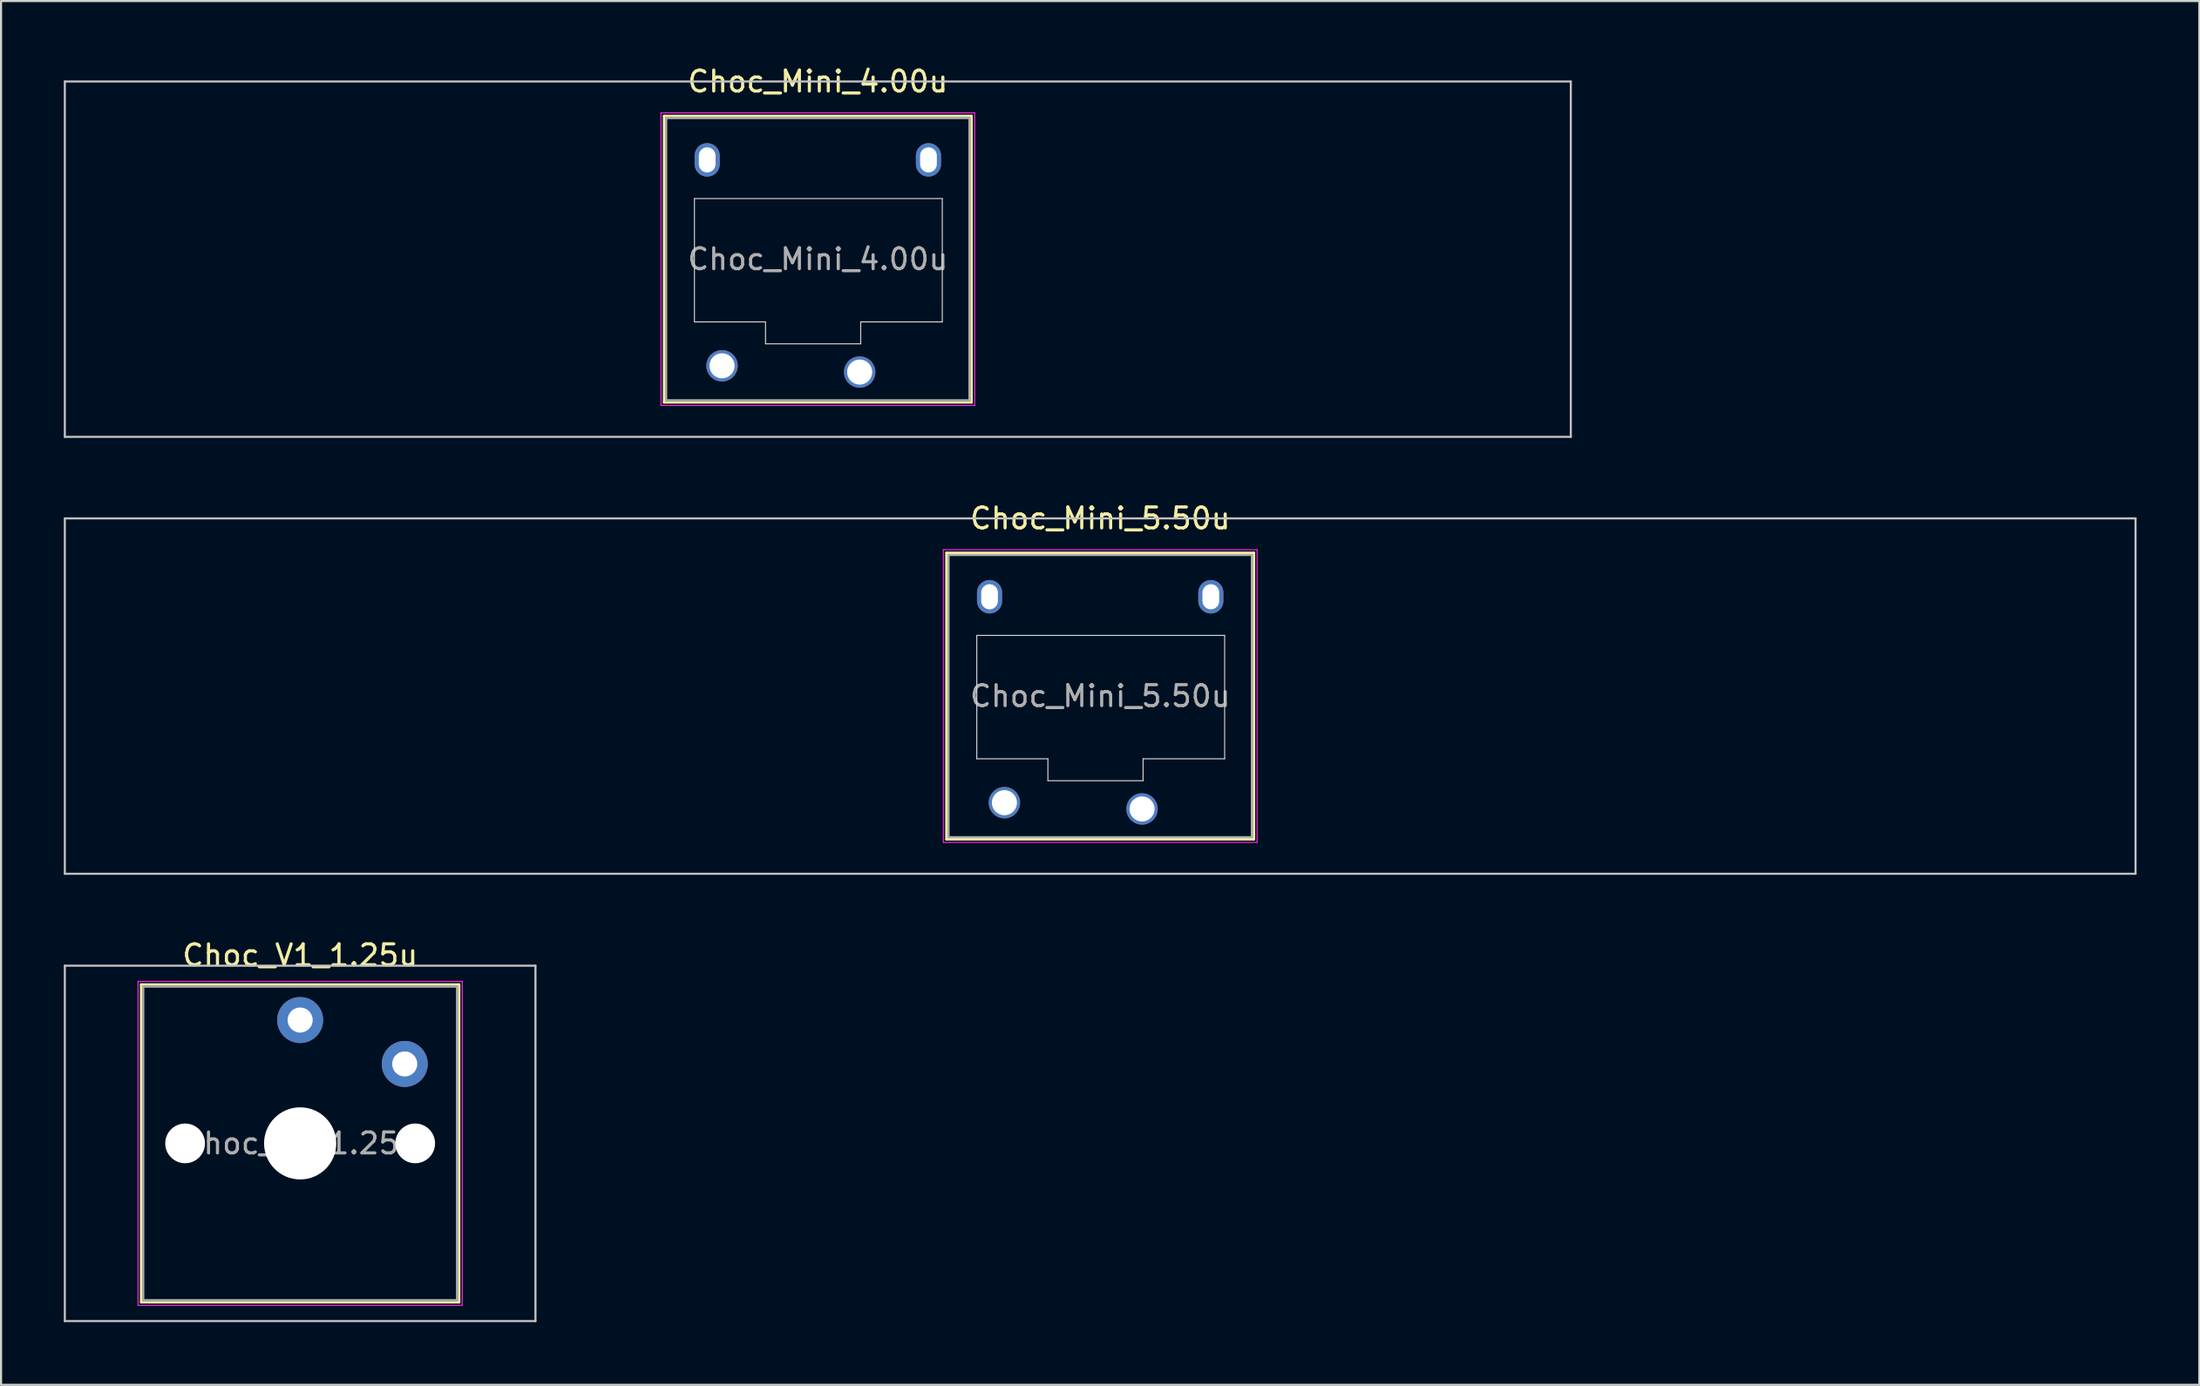
<source format=kicad_pcb>
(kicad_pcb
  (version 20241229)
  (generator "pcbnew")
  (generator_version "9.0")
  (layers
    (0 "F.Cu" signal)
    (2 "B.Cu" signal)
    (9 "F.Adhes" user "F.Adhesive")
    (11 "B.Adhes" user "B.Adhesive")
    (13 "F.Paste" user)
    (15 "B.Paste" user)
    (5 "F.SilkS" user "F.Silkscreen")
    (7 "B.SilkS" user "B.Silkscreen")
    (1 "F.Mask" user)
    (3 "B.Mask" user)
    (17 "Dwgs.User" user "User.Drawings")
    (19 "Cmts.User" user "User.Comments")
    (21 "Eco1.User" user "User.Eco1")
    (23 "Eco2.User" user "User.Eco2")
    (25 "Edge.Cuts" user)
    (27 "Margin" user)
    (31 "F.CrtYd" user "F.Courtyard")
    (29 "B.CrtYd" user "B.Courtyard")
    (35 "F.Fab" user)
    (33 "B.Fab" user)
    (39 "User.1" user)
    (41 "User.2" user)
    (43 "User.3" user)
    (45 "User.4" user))
  (footprint "Choc_Mini_5.50u"
    (layer "F.Cu")
    (at 49.55 30.247)
    (property "Reference" "Choc_Mini_5.50u" (at 0 -8.5 0) (layer "F.SilkS") (effects (font (size 1 1) (thickness 0.15))))
    (attr through_hole)
    (fp_line (start -7.35 -6.85) (end -7.35 6.85) (stroke (width 0.12) (type solid)) (layer "F.SilkS"))
    (fp_line (start -7.35 6.85) (end 7.35 6.85) (stroke (width 0.12) (type solid)) (layer "F.SilkS"))
    (fp_line (start 7.35 -6.85) (end -7.35 -6.85) (stroke (width 0.12) (type solid)) (layer "F.SilkS"))
    (fp_line (start 7.35 6.85) (end 7.35 -6.85) (stroke (width 0.12) (type solid)) (layer "F.SilkS"))
    (fp_line (start -49.5 -8.5) (end -49.5 8.5) (stroke (width 0.1) (type solid)) (layer "Dwgs.User"))
    (fp_line (start -49.5 8.5) (end 49.5 8.5) (stroke (width 0.1) (type solid)) (layer "Dwgs.User"))
    (fp_line (start 49.5 -8.5) (end -49.5 -8.5) (stroke (width 0.1) (type solid)) (layer "Dwgs.User"))
    (fp_line (start 49.5 8.5) (end 49.5 -8.5) (stroke (width 0.1) (type solid)) (layer "Dwgs.User"))
    (fp_line (start -6.85 -6.35) (end -6.85 6.35) (stroke (width 0.1) (type solid)) (layer "Eco1.User"))
    (fp_line (start -6.85 6.35) (end 6.85 6.35) (stroke (width 0.1) (type solid)) (layer "Eco1.User"))
    (fp_line (start 6.85 -6.35) (end -6.85 -6.35) (stroke (width 0.1) (type solid)) (layer "Eco1.User"))
    (fp_line (start 6.85 6.35) (end 6.85 -6.35) (stroke (width 0.1) (type solid)) (layer "Eco1.User"))
    (fp_line (start -5.9 -2.9) (end -5.9 3) (stroke (width 0.05) (type solid)) (layer "Edge.Cuts"))
    (fp_line (start -5.9 3) (end -2.5 3) (stroke (width 0.05) (type solid)) (layer "Edge.Cuts"))
    (fp_line (start -2.5 3) (end -2.5 4.05) (stroke (width 0.05) (type solid)) (layer "Edge.Cuts"))
    (fp_line (start -2.5 4.05) (end 2.05 4.05) (stroke (width 0.05) (type solid)) (layer "Edge.Cuts"))
    (fp_line (start 2.05 3) (end 5.95 3) (stroke (width 0.05) (type solid)) (layer "Edge.Cuts"))
    (fp_line (start 2.05 4.05) (end 2.05 3) (stroke (width 0.05) (type solid)) (layer "Edge.Cuts"))
    (fp_line (start 5.95 -2.9) (end -5.9 -2.9) (stroke (width 0.05) (type solid)) (layer "Edge.Cuts"))
    (fp_line (start 5.95 3) (end 5.95 -2.9) (stroke (width 0.05) (type solid)) (layer "Edge.Cuts"))
    (fp_line (start -7.5 -7) (end -7.5 7) (stroke (width 0.05) (type solid)) (layer "F.CrtYd"))
    (fp_line (start -7.5 7) (end 7.5 7) (stroke (width 0.05) (type solid)) (layer "F.CrtYd"))
    (fp_line (start 7.5 -7) (end -7.5 -7) (stroke (width 0.05) (type solid)) (layer "F.CrtYd"))
    (fp_line (start 7.5 7) (end 7.5 -7) (stroke (width 0.05) (type solid)) (layer "F.CrtYd"))
    (fp_line (start -7.25 -6.75) (end -7.25 6.75) (stroke (width 0.1) (type solid)) (layer "F.Fab"))
    (fp_line (start -7.25 6.75) (end 7.25 6.75) (stroke (width 0.1) (type solid)) (layer "F.Fab"))
    (fp_line (start 7.25 -6.75) (end -7.25 -6.75) (stroke (width 0.1) (type solid)) (layer "F.Fab"))
    (fp_line (start 7.25 6.75) (end 7.25 -6.75) (stroke (width 0.1) (type solid)) (layer "F.Fab"))
    (fp_text user "${REFERENCE}" (at 0 0 0) (layer "F.Fab") (effects (font (size 1 1) (thickness 0.15))))
    (pad "" np_thru_hole oval (at -5.29 -4.75) (size 1.2 1.6) (drill oval 0.8 1.2) (layers "*.Cu" "*.Mask"))
    (pad "" np_thru_hole oval (at 5.29 -4.75) (size 1.2 1.6) (drill oval 0.8 1.2) (layers "*.Cu" "*.Mask"))
    (pad "1" thru_hole circle (at 2 5.4) (size 1.5 1.5) (drill 1.2) (layers "*.Cu" "*.Mask"))
    (pad "2" thru_hole circle (at -4.58 5.1) (size 1.5 1.5) (drill 1.2) (layers "*.Cu" "*.Mask")))
  (footprint "Choc_V1_1.25u"
    (layer "F.Cu")
    (at 11.3 51.645)
    (property "Reference" "Choc_V1_1.25u" (at 0 -9 0) (layer "F.SilkS") (effects (font (size 1 1) (thickness 0.15))))
    (attr through_hole)
    (fp_line (start -7.6 -7.6) (end -7.6 7.6) (stroke (width 0.12) (type solid)) (layer "F.SilkS"))
    (fp_line (start -7.6 7.6) (end 7.6 7.6) (stroke (width 0.12) (type solid)) (layer "F.SilkS"))
    (fp_line (start 7.6 -7.6) (end -7.6 -7.6) (stroke (width 0.12) (type solid)) (layer "F.SilkS"))
    (fp_line (start 7.6 7.6) (end 7.6 -7.6) (stroke (width 0.12) (type solid)) (layer "F.SilkS"))
    (fp_line (start -11.25 -8.5) (end -11.25 8.5) (stroke (width 0.1) (type solid)) (layer "Dwgs.User"))
    (fp_line (start -11.25 8.5) (end 11.25 8.5) (stroke (width 0.1) (type solid)) (layer "Dwgs.User"))
    (fp_line (start 11.25 -8.5) (end -11.25 -8.5) (stroke (width 0.1) (type solid)) (layer "Dwgs.User"))
    (fp_line (start 11.25 8.5) (end 11.25 -8.5) (stroke (width 0.1) (type solid)) (layer "Dwgs.User"))
    (fp_line (start -7.25 -7.25) (end -7.25 7.25) (stroke (width 0.1) (type solid)) (layer "Eco1.User"))
    (fp_line (start -7.25 7.25) (end 7.25 7.25) (stroke (width 0.1) (type solid)) (layer "Eco1.User"))
    (fp_line (start 7.25 -7.25) (end -7.25 -7.25) (stroke (width 0.1) (type solid)) (layer "Eco1.User"))
    (fp_line (start 7.25 7.25) (end 7.25 -7.25) (stroke (width 0.1) (type solid)) (layer "Eco1.User"))
    (fp_line (start -7.75 -7.75) (end -7.75 7.75) (stroke (width 0.05) (type solid)) (layer "F.CrtYd"))
    (fp_line (start -7.75 7.75) (end 7.75 7.75) (stroke (width 0.05) (type solid)) (layer "F.CrtYd"))
    (fp_line (start 7.75 -7.75) (end -7.75 -7.75) (stroke (width 0.05) (type solid)) (layer "F.CrtYd"))
    (fp_line (start 7.75 7.75) (end 7.75 -7.75) (stroke (width 0.05) (type solid)) (layer "F.CrtYd"))
    (fp_line (start -7.5 -7.5) (end -7.5 7.5) (stroke (width 0.1) (type solid)) (layer "F.Fab"))
    (fp_line (start -7.5 7.5) (end 7.5 7.5) (stroke (width 0.1) (type solid)) (layer "F.Fab"))
    (fp_line (start 7.5 -7.5) (end -7.5 -7.5) (stroke (width 0.1) (type solid)) (layer "F.Fab"))
    (fp_line (start 7.5 7.5) (end 7.5 -7.5) (stroke (width 0.1) (type solid)) (layer "F.Fab"))
    (fp_text user "${REFERENCE}" (at 0 0 0) (layer "F.Fab") (effects (font (size 1 1) (thickness 0.15))))
    (pad "" np_thru_hole circle (at -5.5 0) (size 1.9 1.9) (drill 1.9) (layers "*.Cu" "*.Mask"))
    (pad "" np_thru_hole circle (at 0 0) (size 3.45 3.45) (drill 3.45) (layers "*.Cu" "*.Mask"))
    (pad "" np_thru_hole circle (at 5.5 0) (size 1.9 1.9) (drill 1.9) (layers "*.Cu" "*.Mask"))
    (pad "1" thru_hole circle (at 0 -5.9) (size 2.2 2.2) (drill 1.2) (layers "*.Cu" "*.Mask"))
    (pad "2" thru_hole circle (at 5 -3.8) (size 2.2 2.2) (drill 1.2) (layers "*.Cu" "*.Mask")))
  (footprint "Choc_Mini_4.00u"
    (layer "F.Cu")
    (at 36.05 9.348)
    (property "Reference" "Choc_Mini_4.00u" (at 0 -8.5 0) (layer "F.SilkS") (effects (font (size 1 1) (thickness 0.15))))
    (attr through_hole)
    (fp_line (start -7.35 -6.85) (end -7.35 6.85) (stroke (width 0.12) (type solid)) (layer "F.SilkS"))
    (fp_line (start -7.35 6.85) (end 7.35 6.85) (stroke (width 0.12) (type solid)) (layer "F.SilkS"))
    (fp_line (start 7.35 -6.85) (end -7.35 -6.85) (stroke (width 0.12) (type solid)) (layer "F.SilkS"))
    (fp_line (start 7.35 6.85) (end 7.35 -6.85) (stroke (width 0.12) (type solid)) (layer "F.SilkS"))
    (fp_line (start -36 -8.5) (end -36 8.5) (stroke (width 0.1) (type solid)) (layer "Dwgs.User"))
    (fp_line (start -36 8.5) (end 36 8.5) (stroke (width 0.1) (type solid)) (layer "Dwgs.User"))
    (fp_line (start 36 -8.5) (end -36 -8.5) (stroke (width 0.1) (type solid)) (layer "Dwgs.User"))
    (fp_line (start 36 8.5) (end 36 -8.5) (stroke (width 0.1) (type solid)) (layer "Dwgs.User"))
    (fp_line (start -6.85 -6.35) (end -6.85 6.35) (stroke (width 0.1) (type solid)) (layer "Eco1.User"))
    (fp_line (start -6.85 6.35) (end 6.85 6.35) (stroke (width 0.1) (type solid)) (layer "Eco1.User"))
    (fp_line (start 6.85 -6.35) (end -6.85 -6.35) (stroke (width 0.1) (type solid)) (layer "Eco1.User"))
    (fp_line (start 6.85 6.35) (end 6.85 -6.35) (stroke (width 0.1) (type solid)) (layer "Eco1.User"))
    (fp_line (start -5.9 -2.9) (end -5.9 3) (stroke (width 0.05) (type solid)) (layer "Edge.Cuts"))
    (fp_line (start -5.9 3) (end -2.5 3) (stroke (width 0.05) (type solid)) (layer "Edge.Cuts"))
    (fp_line (start -2.5 3) (end -2.5 4.05) (stroke (width 0.05) (type solid)) (layer "Edge.Cuts"))
    (fp_line (start -2.5 4.05) (end 2.05 4.05) (stroke (width 0.05) (type solid)) (layer "Edge.Cuts"))
    (fp_line (start 2.05 3) (end 5.95 3) (stroke (width 0.05) (type solid)) (layer "Edge.Cuts"))
    (fp_line (start 2.05 4.05) (end 2.05 3) (stroke (width 0.05) (type solid)) (layer "Edge.Cuts"))
    (fp_line (start 5.95 -2.9) (end -5.9 -2.9) (stroke (width 0.05) (type solid)) (layer "Edge.Cuts"))
    (fp_line (start 5.95 3) (end 5.95 -2.9) (stroke (width 0.05) (type solid)) (layer "Edge.Cuts"))
    (fp_line (start -7.5 -7) (end -7.5 7) (stroke (width 0.05) (type solid)) (layer "F.CrtYd"))
    (fp_line (start -7.5 7) (end 7.5 7) (stroke (width 0.05) (type solid)) (layer "F.CrtYd"))
    (fp_line (start 7.5 -7) (end -7.5 -7) (stroke (width 0.05) (type solid)) (layer "F.CrtYd"))
    (fp_line (start 7.5 7) (end 7.5 -7) (stroke (width 0.05) (type solid)) (layer "F.CrtYd"))
    (fp_line (start -7.25 -6.75) (end -7.25 6.75) (stroke (width 0.1) (type solid)) (layer "F.Fab"))
    (fp_line (start -7.25 6.75) (end 7.25 6.75) (stroke (width 0.1) (type solid)) (layer "F.Fab"))
    (fp_line (start 7.25 -6.75) (end -7.25 -6.75) (stroke (width 0.1) (type solid)) (layer "F.Fab"))
    (fp_line (start 7.25 6.75) (end 7.25 -6.75) (stroke (width 0.1) (type solid)) (layer "F.Fab"))
    (fp_text user "${REFERENCE}" (at 0 0 0) (layer "F.Fab") (effects (font (size 1 1) (thickness 0.15))))
    (pad "" np_thru_hole oval (at -5.29 -4.75) (size 1.2 1.6) (drill oval 0.8 1.2) (layers "*.Cu" "*.Mask"))
    (pad "" np_thru_hole oval (at 5.29 -4.75) (size 1.2 1.6) (drill oval 0.8 1.2) (layers "*.Cu" "*.Mask"))
    (pad "1" thru_hole circle (at 2 5.4) (size 1.5 1.5) (drill 1.2) (layers "*.Cu" "*.Mask"))
    (pad "2" thru_hole circle (at -4.58 5.1) (size 1.5 1.5) (drill 1.2) (layers "*.Cu" "*.Mask")))
  (gr_rect
    (start -3 -3)
    (end 102.1 63.195)
    (stroke (width 0.1) (type default))
    (fill no)
    (layer "Edge.Cuts")))
</source>
